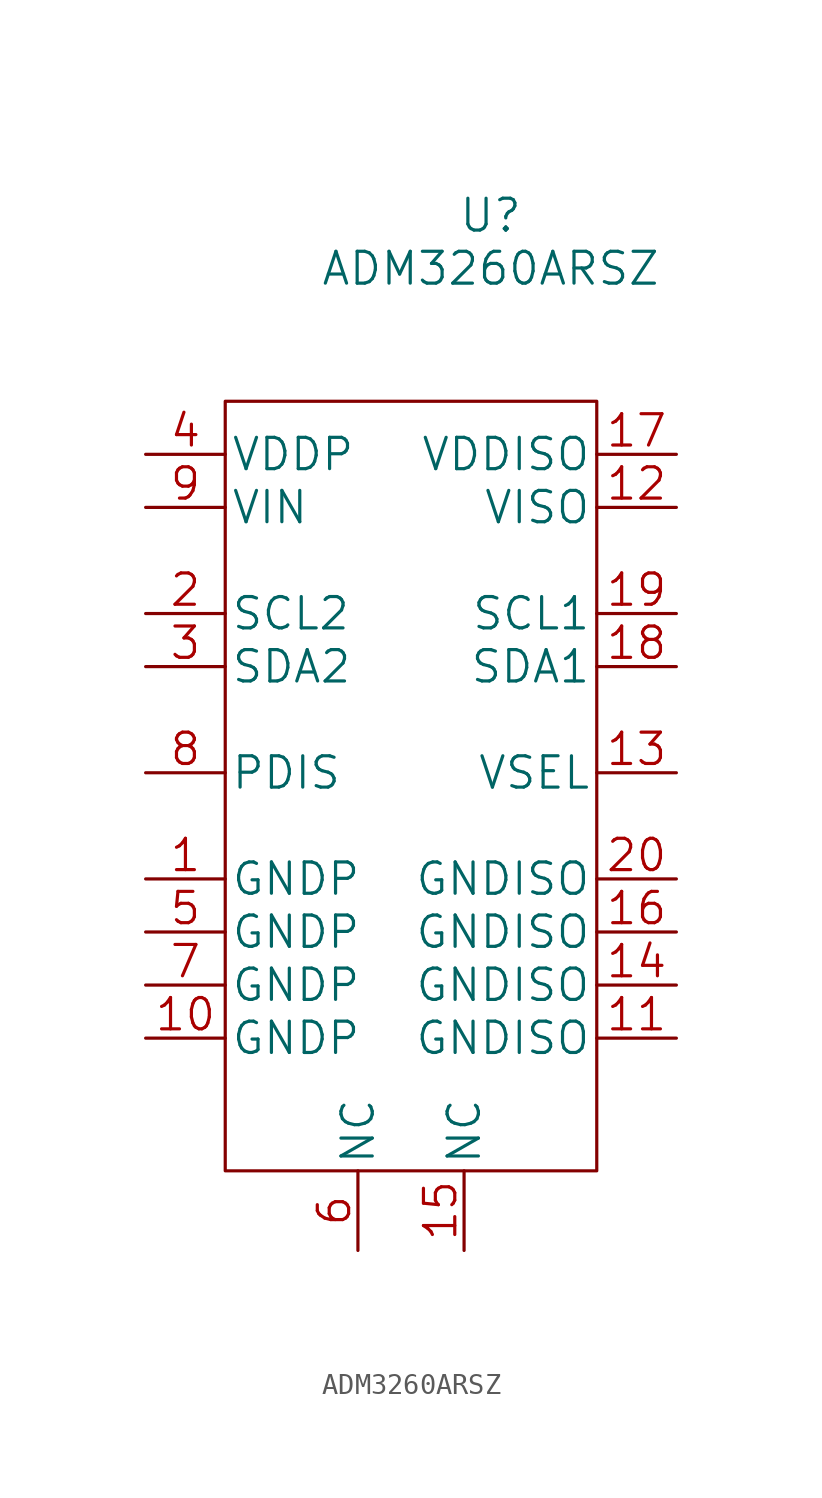
<source format=kicad_sym>
(kicad_symbol_lib
  (version 20220914)
  (generator kicad_symbol_editor)
  (symbol "ADM3260ARSZ"
    (pin_names
      (offset 0.254))
    (property "Reference" "U"
      (at 3.81 16.51 0)
      (effects (font (size 1.524 1.524))))
    (property "Value" "ADM3260ARSZ"
      (at 3.81 13.97 0)
      (effects (font (size 1.524 1.524))))
    (property "Datasheet" ""
      (at -12.7 1.27 0)
      (effects (font (size 1.524 1.524))))
    (symbol "ADM3260ARSZ_1_1"
      (rectangle (start -8.89 -29.21) (end 8.89 7.62) (stroke (width 0) (type default)) (fill (type none)))
      (pin power_in line (at -12.7 -15.24 0) (length 3.81) (name "GNDP" (effects (font (size 1.499 1.499)))) (number "1" (effects (font (size 1.499 1.499)))))
      (pin power_in line (at -12.7 -22.86 0) (length 3.81) (name "GNDP" (effects (font (size 1.499 1.499)))) (number "10" (effects (font (size 1.499 1.499)))))
      (pin power_in line (at 12.7 -22.86 180) (length 3.81) (name "GNDISO" (effects (font (size 1.499 1.499)))) (number "11" (effects (font (size 1.499 1.499)))))
      (pin power_out line (at 12.7 2.54 180) (length 3.81) (name "VISO" (effects (font (size 1.499 1.499)))) (number "12" (effects (font (size 1.499 1.499)))))
      (pin input line (at 12.7 -10.16 180) (length 3.81) (name "VSEL" (effects (font (size 1.499 1.499)))) (number "13" (effects (font (size 1.499 1.499)))))
      (pin power_in line (at 12.7 -20.32 180) (length 3.81) (name "GNDISO" (effects (font (size 1.499 1.499)))) (number "14" (effects (font (size 1.499 1.499)))))
      (pin unspecified line (at 2.54 -33.02 90) (length 3.81) (name "NC" (effects (font (size 1.499 1.499)))) (number "15" (effects (font (size 1.499 1.499)))))
      (pin power_in line (at 12.7 -17.78 180) (length 3.81) (name "GNDISO" (effects (font (size 1.499 1.499)))) (number "16" (effects (font (size 1.499 1.499)))))
      (pin power_in line (at 12.7 5.08 180) (length 3.81) (name "VDDISO" (effects (font (size 1.499 1.499)))) (number "17" (effects (font (size 1.499 1.499)))))
      (pin bidirectional line (at 12.7 -5.08 180) (length 3.81) (name "SDA1" (effects (font (size 1.499 1.499)))) (number "18" (effects (font (size 1.499 1.499)))))
      (pin bidirectional line (at 12.7 -2.54 180) (length 3.81) (name "SCL1" (effects (font (size 1.499 1.499)))) (number "19" (effects (font (size 1.499 1.499)))))
      (pin bidirectional line (at -12.7 -2.54 0) (length 3.81) (name "SCL2" (effects (font (size 1.499 1.499)))) (number "2" (effects (font (size 1.499 1.499)))))
      (pin power_in line (at 12.7 -15.24 180) (length 3.81) (name "GNDISO" (effects (font (size 1.499 1.499)))) (number "20" (effects (font (size 1.499 1.499)))))
      (pin bidirectional line (at -12.7 -5.08 0) (length 3.81) (name "SDA2" (effects (font (size 1.499 1.499)))) (number "3" (effects (font (size 1.499 1.499)))))
      (pin power_in line (at -12.7 5.08 0) (length 3.81) (name "VDDP" (effects (font (size 1.499 1.499)))) (number "4" (effects (font (size 1.499 1.499)))))
      (pin power_in line (at -12.7 -17.78 0) (length 3.81) (name "GNDP" (effects (font (size 1.499 1.499)))) (number "5" (effects (font (size 1.499 1.499)))))
      (pin unspecified line (at -2.54 -33.02 90) (length 3.81) (name "NC" (effects (font (size 1.499 1.499)))) (number "6" (effects (font (size 1.499 1.499)))))
      (pin power_in line (at -12.7 -20.32 0) (length 3.81) (name "GNDP" (effects (font (size 1.499 1.499)))) (number "7" (effects (font (size 1.499 1.499)))))
      (pin input line (at -12.7 -10.16 0) (length 3.81) (name "PDIS" (effects (font (size 1.499 1.499)))) (number "8" (effects (font (size 1.499 1.499)))))
      (pin power_in line (at -12.7 2.54 0) (length 3.81) (name "VIN" (effects (font (size 1.499 1.499)))) (number "9" (effects (font (size 1.499 1.499))))))))
</source>
